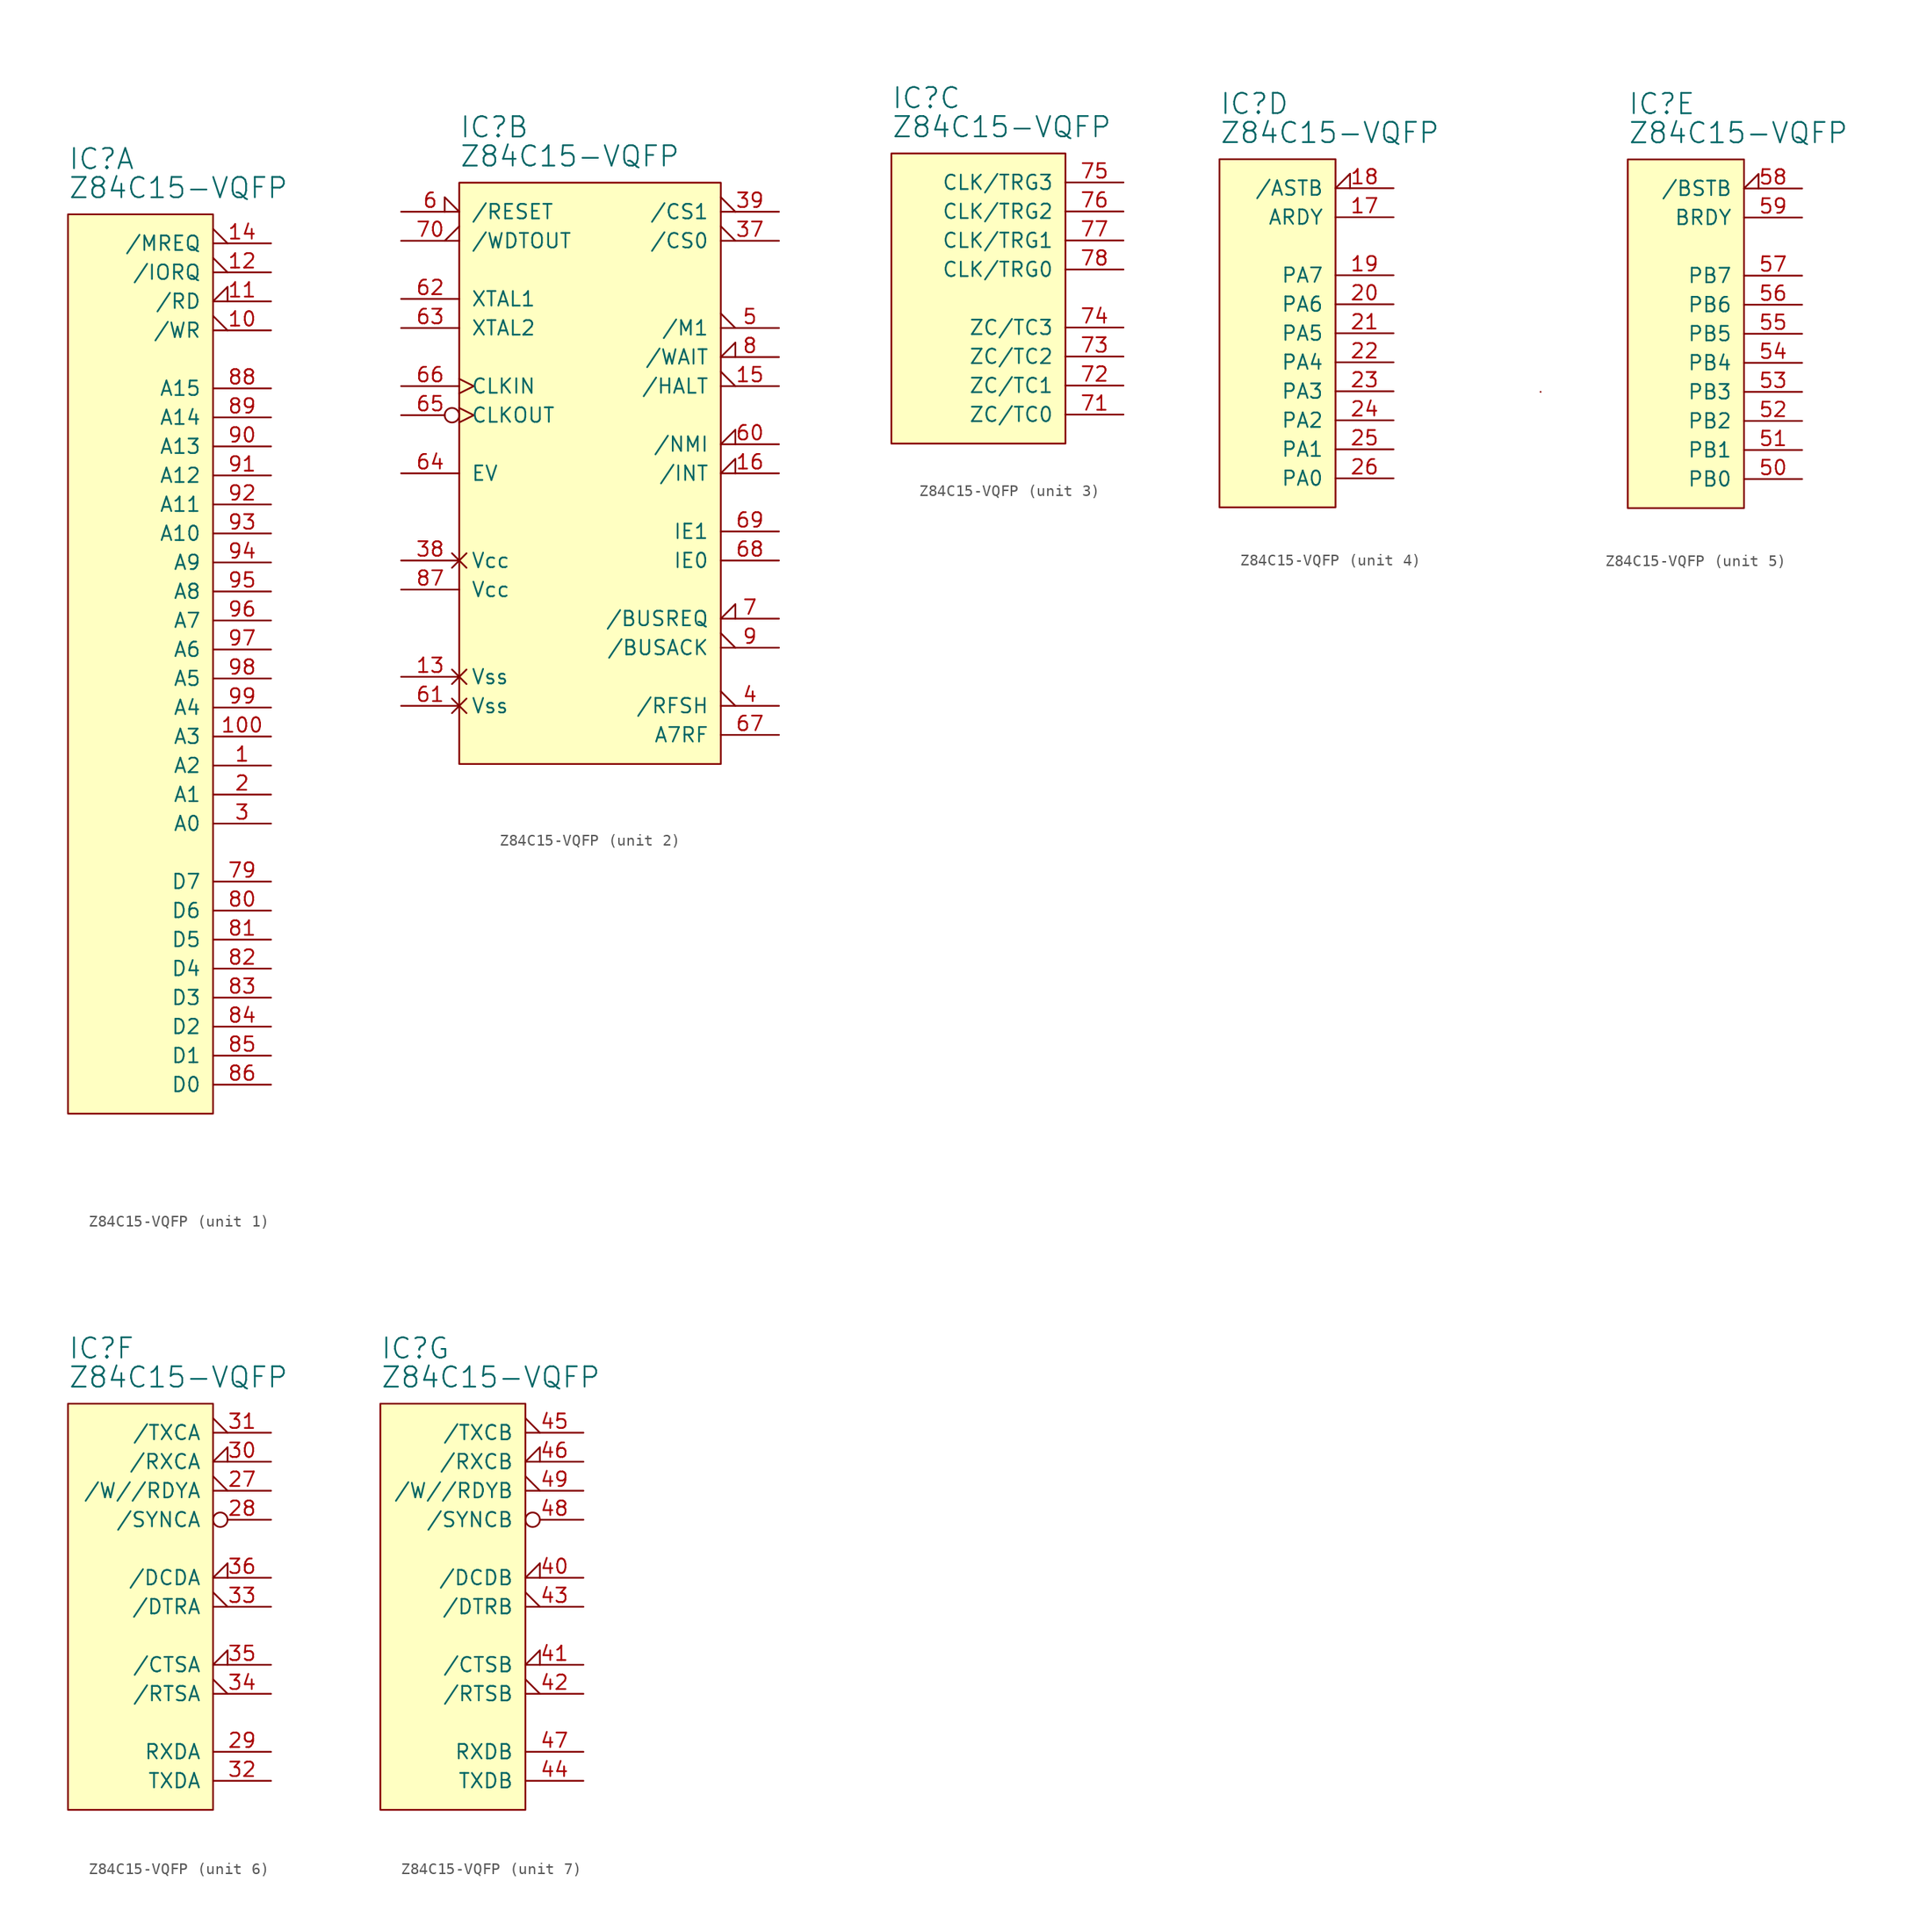
<source format=kicad_sym>
(kicad_symbol_lib
  (version 20211014)
  (generator kicad_symbol_editor)
  (symbol "Z84C15-VQFP"
    (pin_names
      (offset 1.016))
    (property "Reference" "IC"
      (at 0 3.81 0)
      (effects (font (size 1.778 1.778)) (justify left bottom)))
    (property "Value" "Z84C15-VQFP"
      (at 0 1.27 0)
      (effects (font (size 1.778 1.778)) (justify left bottom)))
    (property "ki_locked" ""
      (at 0 0 0)
      (effects (font (size 1.27 1.27))))
    (symbol "Z84C15-VQFP_1_0"
      (rectangle (start 0 0) (end 12.7 -78.74) (stroke (width 0) (type default) (color 0 0 0 0)) (fill (type background)))
      (pin output line (at 17.78 -48.26 180) (length 5.08) (name "A2" (effects (font (size 1.27 1.27)))) (number "1" (effects (font (size 1.27 1.27)))))
      (pin output output_low (at 17.78 -10.16 180) (length 5.08) (name "/WR" (effects (font (size 1.27 1.27)))) (number "10" (effects (font (size 1.27 1.27)))))
      (pin output line (at 17.78 -45.72 180) (length 5.08) (name "A3" (effects (font (size 1.27 1.27)))) (number "100" (effects (font (size 1.27 1.27)))))
      (pin output input_low (at 17.78 -7.62 180) (length 5.08) (name "/RD" (effects (font (size 1.27 1.27)))) (number "11" (effects (font (size 1.27 1.27)))))
      (pin output output_low (at 17.78 -5.08 180) (length 5.08) (name "/IORQ" (effects (font (size 1.27 1.27)))) (number "12" (effects (font (size 1.27 1.27)))))
      (pin tri_state output_low (at 17.78 -2.54 180) (length 5.08) (name "/MREQ" (effects (font (size 1.27 1.27)))) (number "14" (effects (font (size 1.27 1.27)))))
      (pin output line (at 17.78 -50.8 180) (length 5.08) (name "A1" (effects (font (size 1.27 1.27)))) (number "2" (effects (font (size 1.27 1.27)))))
      (pin output line (at 17.78 -53.34 180) (length 5.08) (name "A0" (effects (font (size 1.27 1.27)))) (number "3" (effects (font (size 1.27 1.27)))))
      (pin bidirectional line (at 17.78 -58.42 180) (length 5.08) (name "D7" (effects (font (size 1.27 1.27)))) (number "79" (effects (font (size 1.27 1.27)))))
      (pin bidirectional line (at 17.78 -60.96 180) (length 5.08) (name "D6" (effects (font (size 1.27 1.27)))) (number "80" (effects (font (size 1.27 1.27)))))
      (pin bidirectional line (at 17.78 -63.5 180) (length 5.08) (name "D5" (effects (font (size 1.27 1.27)))) (number "81" (effects (font (size 1.27 1.27)))))
      (pin bidirectional line (at 17.78 -66.04 180) (length 5.08) (name "D4" (effects (font (size 1.27 1.27)))) (number "82" (effects (font (size 1.27 1.27)))))
      (pin bidirectional line (at 17.78 -68.58 180) (length 5.08) (name "D3" (effects (font (size 1.27 1.27)))) (number "83" (effects (font (size 1.27 1.27)))))
      (pin bidirectional line (at 17.78 -71.12 180) (length 5.08) (name "D2" (effects (font (size 1.27 1.27)))) (number "84" (effects (font (size 1.27 1.27)))))
      (pin bidirectional line (at 17.78 -73.66 180) (length 5.08) (name "D1" (effects (font (size 1.27 1.27)))) (number "85" (effects (font (size 1.27 1.27)))))
      (pin bidirectional line (at 17.78 -76.2 180) (length 5.08) (name "D0" (effects (font (size 1.27 1.27)))) (number "86" (effects (font (size 1.27 1.27)))))
      (pin output line (at 17.78 -15.24 180) (length 5.08) (name "A15" (effects (font (size 1.27 1.27)))) (number "88" (effects (font (size 1.27 1.27)))))
      (pin output line (at 17.78 -17.78 180) (length 5.08) (name "A14" (effects (font (size 1.27 1.27)))) (number "89" (effects (font (size 1.27 1.27)))))
      (pin output line (at 17.78 -20.32 180) (length 5.08) (name "A13" (effects (font (size 1.27 1.27)))) (number "90" (effects (font (size 1.27 1.27)))))
      (pin output line (at 17.78 -22.86 180) (length 5.08) (name "A12" (effects (font (size 1.27 1.27)))) (number "91" (effects (font (size 1.27 1.27)))))
      (pin output line (at 17.78 -25.4 180) (length 5.08) (name "A11" (effects (font (size 1.27 1.27)))) (number "92" (effects (font (size 1.27 1.27)))))
      (pin output line (at 17.78 -27.94 180) (length 5.08) (name "A10" (effects (font (size 1.27 1.27)))) (number "93" (effects (font (size 1.27 1.27)))))
      (pin output line (at 17.78 -30.48 180) (length 5.08) (name "A9" (effects (font (size 1.27 1.27)))) (number "94" (effects (font (size 1.27 1.27)))))
      (pin output line (at 17.78 -33.02 180) (length 5.08) (name "A8" (effects (font (size 1.27 1.27)))) (number "95" (effects (font (size 1.27 1.27)))))
      (pin output line (at 17.78 -35.56 180) (length 5.08) (name "A7" (effects (font (size 1.27 1.27)))) (number "96" (effects (font (size 1.27 1.27)))))
      (pin output line (at 17.78 -38.1 180) (length 5.08) (name "A6" (effects (font (size 1.27 1.27)))) (number "97" (effects (font (size 1.27 1.27)))))
      (pin output line (at 17.78 -40.64 180) (length 5.08) (name "A5" (effects (font (size 1.27 1.27)))) (number "98" (effects (font (size 1.27 1.27)))))
      (pin output line (at 17.78 -43.18 180) (length 5.08) (name "A4" (effects (font (size 1.27 1.27)))) (number "99" (effects (font (size 1.27 1.27))))))
    (symbol "Z84C15-VQFP_2_0"
      (rectangle (start 0 0) (end 22.86 -50.8) (stroke (width 0) (type default) (color 0 0 0 0)) (fill (type background)))
      (pin power_in non_logic (at -5.08 -43.18 0) (length 5.08) (name "Vss" (effects (font (size 1.27 1.27)))) (number "13" (effects (font (size 1.27 1.27)))))
      (pin tri_state output_low (at 27.94 -17.78 180) (length 5.08) (name "/HALT" (effects (font (size 1.27 1.27)))) (number "15" (effects (font (size 1.27 1.27)))))
      (pin open_collector input_low (at 27.94 -25.4 180) (length 5.08) (name "/INT" (effects (font (size 1.27 1.27)))) (number "16" (effects (font (size 1.27 1.27)))))
      (pin output output_low (at 27.94 -5.08 180) (length 5.08) (name "/CS0" (effects (font (size 1.27 1.27)))) (number "37" (effects (font (size 1.27 1.27)))))
      (pin power_in non_logic (at -5.08 -33.02 0) (length 5.08) (name "Vcc" (effects (font (size 1.27 1.27)))) (number "38" (effects (font (size 1.27 1.27)))))
      (pin output output_low (at 27.94 -2.54 180) (length 5.08) (name "/CS1" (effects (font (size 1.27 1.27)))) (number "39" (effects (font (size 1.27 1.27)))))
      (pin tri_state output_low (at 27.94 -45.72 180) (length 5.08) (name "/RFSH" (effects (font (size 1.27 1.27)))) (number "4" (effects (font (size 1.27 1.27)))))
      (pin bidirectional output_low (at 27.94 -12.7 180) (length 5.08) (name "/M1" (effects (font (size 1.27 1.27)))) (number "5" (effects (font (size 1.27 1.27)))))
      (pin open_collector input_low (at -5.08 -2.54 0) (length 5.08) (name "/RESET" (effects (font (size 1.27 1.27)))) (number "6" (effects (font (size 1.27 1.27)))))
      (pin input input_low (at 27.94 -22.86 180) (length 5.08) (name "/NMI" (effects (font (size 1.27 1.27)))) (number "60" (effects (font (size 1.27 1.27)))))
      (pin power_in non_logic (at -5.08 -45.72 0) (length 5.08) (name "Vss" (effects (font (size 1.27 1.27)))) (number "61" (effects (font (size 1.27 1.27)))))
      (pin input line (at -5.08 -10.16 0) (length 5.08) (name "XTAL1" (effects (font (size 1.27 1.27)))) (number "62" (effects (font (size 1.27 1.27)))))
      (pin output line (at -5.08 -12.7 0) (length 5.08) (name "XTAL2" (effects (font (size 1.27 1.27)))) (number "63" (effects (font (size 1.27 1.27)))))
      (pin input line (at -5.08 -25.4 0) (length 5.08) (name "EV" (effects (font (size 1.27 1.27)))) (number "64" (effects (font (size 1.27 1.27)))))
      (pin output inverted_clock (at -5.08 -20.32 0) (length 5.08) (name "CLKOUT" (effects (font (size 1.27 1.27)))) (number "65" (effects (font (size 1.27 1.27)))))
      (pin input clock (at -5.08 -17.78 0) (length 5.08) (name "CLKIN" (effects (font (size 1.27 1.27)))) (number "66" (effects (font (size 1.27 1.27)))))
      (pin output line (at 27.94 -48.26 180) (length 5.08) (name "A7RF" (effects (font (size 1.27 1.27)))) (number "67" (effects (font (size 1.27 1.27)))))
      (pin output line (at 27.94 -33.02 180) (length 5.08) (name "IE0" (effects (font (size 1.27 1.27)))) (number "68" (effects (font (size 1.27 1.27)))))
      (pin input line (at 27.94 -30.48 180) (length 5.08) (name "IE1" (effects (font (size 1.27 1.27)))) (number "69" (effects (font (size 1.27 1.27)))))
      (pin input input_low (at 27.94 -38.1 180) (length 5.08) (name "/BUSREQ" (effects (font (size 1.27 1.27)))) (number "7" (effects (font (size 1.27 1.27)))))
      (pin open_collector output_low (at -5.08 -5.08 0) (length 5.08) (name "/WDTOUT" (effects (font (size 1.27 1.27)))) (number "70" (effects (font (size 1.27 1.27)))))
      (pin input input_low (at 27.94 -15.24 180) (length 5.08) (name "/WAIT" (effects (font (size 1.27 1.27)))) (number "8" (effects (font (size 1.27 1.27)))))
      (pin power_in line (at -5.08 -35.56 0) (length 5.08) (name "Vcc" (effects (font (size 1.27 1.27)))) (number "87" (effects (font (size 1.27 1.27)))))
      (pin tri_state output_low (at 27.94 -40.64 180) (length 5.08) (name "/BUSACK" (effects (font (size 1.27 1.27)))) (number "9" (effects (font (size 1.27 1.27))))))
    (symbol "Z84C15-VQFP_3_0"
      (rectangle (start 15.24 -25.4) (end 0 0) (stroke (width 0) (type default) (color 0 0 0 0)) (fill (type background)))
      (pin output line (at 20.32 -22.86 180) (length 5.08) (name "ZC/TC0" (effects (font (size 1.27 1.27)))) (number "71" (effects (font (size 1.27 1.27)))))
      (pin output line (at 20.32 -20.32 180) (length 5.08) (name "ZC/TC1" (effects (font (size 1.27 1.27)))) (number "72" (effects (font (size 1.27 1.27)))))
      (pin output line (at 20.32 -17.78 180) (length 5.08) (name "ZC/TC2" (effects (font (size 1.27 1.27)))) (number "73" (effects (font (size 1.27 1.27)))))
      (pin output line (at 20.32 -15.24 180) (length 5.08) (name "ZC/TC3" (effects (font (size 1.27 1.27)))) (number "74" (effects (font (size 1.27 1.27)))))
      (pin input line (at 20.32 -2.54 180) (length 5.08) (name "CLK/TRG3" (effects (font (size 1.27 1.27)))) (number "75" (effects (font (size 1.27 1.27)))))
      (pin input line (at 20.32 -5.08 180) (length 5.08) (name "CLK/TRG2" (effects (font (size 1.27 1.27)))) (number "76" (effects (font (size 1.27 1.27)))))
      (pin input line (at 20.32 -7.62 180) (length 5.08) (name "CLK/TRG1" (effects (font (size 1.27 1.27)))) (number "77" (effects (font (size 1.27 1.27)))))
      (pin input line (at 20.32 -10.16 180) (length 5.08) (name "CLK/TRG0" (effects (font (size 1.27 1.27)))) (number "78" (effects (font (size 1.27 1.27))))))
    (symbol "Z84C15-VQFP_4_0"
      (rectangle (start 0 0) (end 10.16 -30.48) (stroke (width 0) (type default) (color 0 0 0 0)) (fill (type background)))
      (pin output line (at 15.24 -5.08 180) (length 5.08) (name "ARDY" (effects (font (size 1.27 1.27)))) (number "17" (effects (font (size 1.27 1.27)))))
      (pin input input_low (at 15.24 -2.54 180) (length 5.08) (name "/ASTB" (effects (font (size 1.27 1.27)))) (number "18" (effects (font (size 1.27 1.27)))))
      (pin tri_state line (at 15.24 -10.16 180) (length 5.08) (name "PA7" (effects (font (size 1.27 1.27)))) (number "19" (effects (font (size 1.27 1.27)))))
      (pin tri_state line (at 15.24 -12.7 180) (length 5.08) (name "PA6" (effects (font (size 1.27 1.27)))) (number "20" (effects (font (size 1.27 1.27)))))
      (pin tri_state line (at 15.24 -15.24 180) (length 5.08) (name "PA5" (effects (font (size 1.27 1.27)))) (number "21" (effects (font (size 1.27 1.27)))))
      (pin tri_state line (at 15.24 -17.78 180) (length 5.08) (name "PA4" (effects (font (size 1.27 1.27)))) (number "22" (effects (font (size 1.27 1.27)))))
      (pin tri_state line (at 15.24 -20.32 180) (length 5.08) (name "PA3" (effects (font (size 1.27 1.27)))) (number "23" (effects (font (size 1.27 1.27)))))
      (pin tri_state line (at 15.24 -22.86 180) (length 5.08) (name "PA2" (effects (font (size 1.27 1.27)))) (number "24" (effects (font (size 1.27 1.27)))))
      (pin tri_state line (at 15.24 -25.4 180) (length 5.08) (name "PA1" (effects (font (size 1.27 1.27)))) (number "25" (effects (font (size 1.27 1.27)))))
      (pin tri_state line (at 15.24 -27.94 180) (length 5.08) (name "PA0" (effects (font (size 1.27 1.27)))) (number "26" (effects (font (size 1.27 1.27))))))
    (symbol "Z84C15-VQFP_5_0"
      (rectangle (start -7.62 -20.32) (end -7.62 -20.32) (stroke (width 0) (type default) (color 0 0 0 0)) (fill (type none)))
      (rectangle (start 10.16 -30.48) (end 0 0) (stroke (width 0) (type default) (color 0 0 0 0)) (fill (type background)))
      (pin tri_state line (at 15.24 -27.94 180) (length 5.08) (name "PB0" (effects (font (size 1.27 1.27)))) (number "50" (effects (font (size 1.27 1.27)))))
      (pin tri_state line (at 15.24 -25.4 180) (length 5.08) (name "PB1" (effects (font (size 1.27 1.27)))) (number "51" (effects (font (size 1.27 1.27)))))
      (pin tri_state line (at 15.24 -22.86 180) (length 5.08) (name "PB2" (effects (font (size 1.27 1.27)))) (number "52" (effects (font (size 1.27 1.27)))))
      (pin tri_state line (at 15.24 -20.32 180) (length 5.08) (name "PB3" (effects (font (size 1.27 1.27)))) (number "53" (effects (font (size 1.27 1.27)))))
      (pin tri_state line (at 15.24 -17.78 180) (length 5.08) (name "PB4" (effects (font (size 1.27 1.27)))) (number "54" (effects (font (size 1.27 1.27)))))
      (pin tri_state line (at 15.24 -15.24 180) (length 5.08) (name "PB5" (effects (font (size 1.27 1.27)))) (number "55" (effects (font (size 1.27 1.27)))))
      (pin tri_state line (at 15.24 -12.7 180) (length 5.08) (name "PB6" (effects (font (size 1.27 1.27)))) (number "56" (effects (font (size 1.27 1.27)))))
      (pin tri_state line (at 15.24 -10.16 180) (length 5.08) (name "PB7" (effects (font (size 1.27 1.27)))) (number "57" (effects (font (size 1.27 1.27)))))
      (pin input input_low (at 15.24 -2.54 180) (length 5.08) (name "/BSTB" (effects (font (size 1.27 1.27)))) (number "58" (effects (font (size 1.27 1.27)))))
      (pin output line (at 15.24 -5.08 180) (length 5.08) (name "BRDY" (effects (font (size 1.27 1.27)))) (number "59" (effects (font (size 1.27 1.27))))))
    (symbol "Z84C15-VQFP_6_0"
      (pin output output_low (at 17.78 -7.62 180) (length 5.08) (name "/W//RDYA" (effects (font (size 1.27 1.27)))) (number "27" (effects (font (size 1.27 1.27)))))
      (pin bidirectional inverted (at 17.78 -10.16 180) (length 5.08) (name "/SYNCA" (effects (font (size 1.27 1.27)))) (number "28" (effects (font (size 1.27 1.27)))))
      (pin input line (at 17.78 -30.48 180) (length 5.08) (name "RXDA" (effects (font (size 1.27 1.27)))) (number "29" (effects (font (size 1.27 1.27)))))
      (pin input input_low (at 17.78 -5.08 180) (length 5.08) (name "/RXCA" (effects (font (size 1.27 1.27)))) (number "30" (effects (font (size 1.27 1.27)))))
      (pin input output_low (at 17.78 -2.54 180) (length 5.08) (name "/TXCA" (effects (font (size 1.27 1.27)))) (number "31" (effects (font (size 1.27 1.27)))))
      (pin output line (at 17.78 -33.02 180) (length 5.08) (name "TXDA" (effects (font (size 1.27 1.27)))) (number "32" (effects (font (size 1.27 1.27)))))
      (pin output output_low (at 17.78 -17.78 180) (length 5.08) (name "/DTRA" (effects (font (size 1.27 1.27)))) (number "33" (effects (font (size 1.27 1.27)))))
      (pin output output_low (at 17.78 -25.4 180) (length 5.08) (name "/RTSA" (effects (font (size 1.27 1.27)))) (number "34" (effects (font (size 1.27 1.27)))))
      (pin input input_low (at 17.78 -22.86 180) (length 5.08) (name "/CTSA" (effects (font (size 1.27 1.27)))) (number "35" (effects (font (size 1.27 1.27)))))
      (pin input input_low (at 17.78 -15.24 180) (length 5.08) (name "/DCDA" (effects (font (size 1.27 1.27)))) (number "36" (effects (font (size 1.27 1.27))))))
    (symbol "Z84C15-VQFP_6_1"
      (rectangle (start 12.7 -35.56) (end 0 0) (stroke (width 0) (type default) (color 0 0 0 0)) (fill (type background))))
    (symbol "Z84C15-VQFP_7_0"
      (pin input input_low (at 17.78 -15.24 180) (length 5.08) (name "/DCDB" (effects (font (size 1.27 1.27)))) (number "40" (effects (font (size 1.27 1.27)))))
      (pin input input_low (at 17.78 -22.86 180) (length 5.08) (name "/CTSB" (effects (font (size 1.27 1.27)))) (number "41" (effects (font (size 1.27 1.27)))))
      (pin output output_low (at 17.78 -25.4 180) (length 5.08) (name "/RTSB" (effects (font (size 1.27 1.27)))) (number "42" (effects (font (size 1.27 1.27)))))
      (pin output output_low (at 17.78 -17.78 180) (length 5.08) (name "/DTRB" (effects (font (size 1.27 1.27)))) (number "43" (effects (font (size 1.27 1.27)))))
      (pin output line (at 17.78 -33.02 180) (length 5.08) (name "TXDB" (effects (font (size 1.27 1.27)))) (number "44" (effects (font (size 1.27 1.27)))))
      (pin input output_low (at 17.78 -2.54 180) (length 5.08) (name "/TXCB" (effects (font (size 1.27 1.27)))) (number "45" (effects (font (size 1.27 1.27)))))
      (pin input input_low (at 17.78 -5.08 180) (length 5.08) (name "/RXCB" (effects (font (size 1.27 1.27)))) (number "46" (effects (font (size 1.27 1.27)))))
      (pin input line (at 17.78 -30.48 180) (length 5.08) (name "RXDB" (effects (font (size 1.27 1.27)))) (number "47" (effects (font (size 1.27 1.27)))))
      (pin bidirectional inverted (at 17.78 -10.16 180) (length 5.08) (name "/SYNCB" (effects (font (size 1.27 1.27)))) (number "48" (effects (font (size 1.27 1.27)))))
      (pin output output_low (at 17.78 -7.62 180) (length 5.08) (name "/W//RDYB" (effects (font (size 1.27 1.27)))) (number "49" (effects (font (size 1.27 1.27))))))
    (symbol "Z84C15-VQFP_7_1"
      (rectangle (start 12.7 -35.56) (end 0 0) (stroke (width 0) (type default) (color 0 0 0 0)) (fill (type background))))))
</source>
